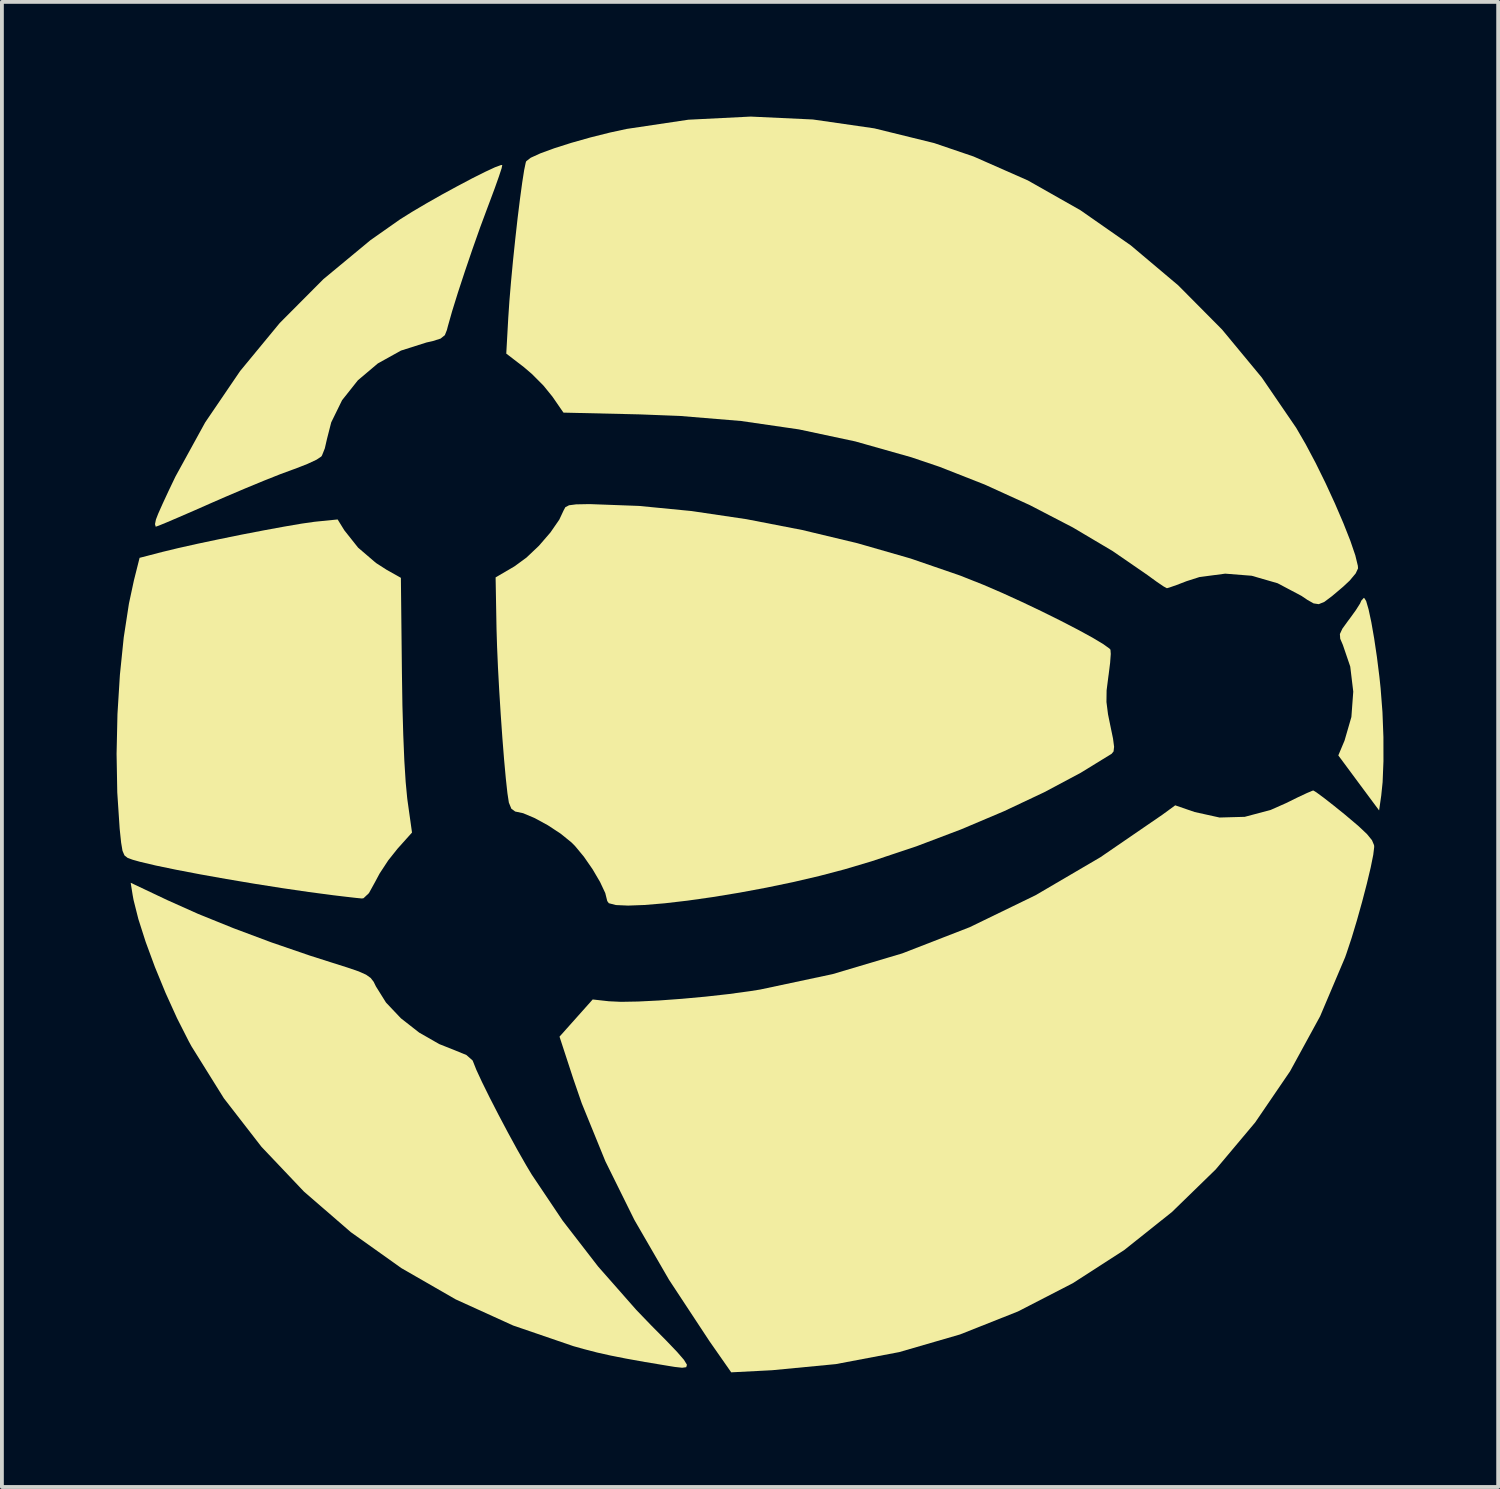
<source format=kicad_pcb>
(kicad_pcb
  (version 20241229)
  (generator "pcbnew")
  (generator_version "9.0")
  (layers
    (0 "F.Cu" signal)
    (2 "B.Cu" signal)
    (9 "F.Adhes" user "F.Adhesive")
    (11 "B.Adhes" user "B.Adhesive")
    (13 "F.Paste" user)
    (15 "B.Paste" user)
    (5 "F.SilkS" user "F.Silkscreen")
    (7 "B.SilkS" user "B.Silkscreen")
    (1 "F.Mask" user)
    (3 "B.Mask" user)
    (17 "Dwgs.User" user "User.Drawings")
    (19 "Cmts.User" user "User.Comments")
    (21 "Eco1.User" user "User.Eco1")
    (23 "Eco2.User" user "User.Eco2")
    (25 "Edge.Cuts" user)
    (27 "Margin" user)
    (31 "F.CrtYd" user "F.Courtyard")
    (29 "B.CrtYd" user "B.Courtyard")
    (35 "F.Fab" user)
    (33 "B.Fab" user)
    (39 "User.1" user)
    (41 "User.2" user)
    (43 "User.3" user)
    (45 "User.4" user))
  (footprint "logo30x30"
    (layer "F.Cu")
    (at 16.562 16.403)
    (property "Reference" "logo30x30" (at 0 0 0) (layer "F.SilkS") (effects (font (size 1.524 1.524) (thickness 0.3))))
    (attr board_only exclude_from_pos_files exclude_from_bom)
    (fp_poly (pts (xy 16.129 -3.73) (xy 16.193 -3.509) (xy 16.265 -3.173) (xy 16.339 -2.749) (xy 16.411 -2.264) (xy 16.476 -1.745) (xy 16.507 -1.452) (xy 16.556 -0.821) (xy 16.581 -0.167) (xy 16.582 0.46) (xy 16.56 1.009) (xy 16.524 1.361) (xy 16.468 1.749) (xy 15.934 1.03) (xy 15.401 0.31) (xy 15.564 -0.078) (xy 15.743 -0.695) (xy 15.792 -1.359) (xy 15.713 -2.015) (xy 15.52 -2.581) (xy 15.451 -2.742) (xy 15.442 -2.865) (xy 15.507 -3.005) (xy 15.659 -3.215) (xy 15.695 -3.262) (xy 15.859 -3.489) (xy 15.97 -3.664) (xy 16.002 -3.738) (xy 16.066 -3.809) (xy 16.078 -3.81)) (stroke (width 0) (type solid)) (fill yes) (layer "F.SilkS"))
    (fp_poly (pts (xy -10.602 -5.577) (xy -10.244 -5.126) (xy -9.775 -4.724) (xy -9.494 -4.544) (xy -9.124 -4.336) (xy -9.097 -1.85) (xy -9.084 -1.001) (xy -9.062 -0.228) (xy -9.034 0.448) (xy -8.999 1.003) (xy -8.96 1.416) (xy -8.952 1.482) (xy -8.833 2.328) (xy -9.213 2.752) (xy -9.455 3.056) (xy -9.68 3.399) (xy -9.798 3.619) (xy -9.96 3.913) (xy -10.101 4.046) (xy -10.145 4.053) (xy -10.298 4.038) (xy -10.561 4.008) (xy -10.879 3.97) (xy -10.88 3.97) (xy -11.531 3.884) (xy -12.236 3.781) (xy -12.965 3.666) (xy -13.688 3.544) (xy -14.378 3.421) (xy -15.005 3.301) (xy -15.54 3.19) (xy -15.954 3.092) (xy -16.143 3.039) (xy -16.272 2.992) (xy -16.355 2.927) (xy -16.407 2.806) (xy -16.443 2.592) (xy -16.479 2.25) (xy -16.482 2.218) (xy -16.544 1.279) (xy -16.562 0.269) (xy -16.539 -0.77) (xy -16.475 -1.799) (xy -16.375 -2.776) (xy -16.239 -3.66) (xy -16.108 -4.271) (xy -15.96 -4.859) (xy -15.367 -5.013) (xy -14.957 -5.112) (xy -14.449 -5.226) (xy -13.881 -5.346) (xy -13.287 -5.467) (xy -12.705 -5.579) (xy -12.171 -5.677) (xy -11.721 -5.754) (xy -11.392 -5.801) (xy -11.337 -5.807) (xy -10.779 -5.863)) (stroke (width 0) (type solid)) (fill yes) (layer "F.SilkS"))
    (fp_poly (pts (xy -6.489 -15.05) (xy -6.559 -14.837) (xy -6.67 -14.524) (xy -6.812 -14.143) (xy -6.86 -14.016) (xy -7.05 -13.505) (xy -7.25 -12.939) (xy -7.448 -12.358) (xy -7.631 -11.801) (xy -7.784 -11.309) (xy -7.894 -10.921) (xy -7.92 -10.82) (xy -7.974 -10.684) (xy -8.085 -10.595) (xy -8.297 -10.528) (xy -8.454 -10.493) (xy -9.122 -10.281) (xy -9.728 -9.944) (xy -10.249 -9.504) (xy -10.663 -8.982) (xy -10.947 -8.402) (xy -11.057 -7.971) (xy -11.114 -7.723) (xy -11.188 -7.537) (xy -11.208 -7.508) (xy -11.328 -7.428) (xy -11.566 -7.317) (xy -11.876 -7.195) (xy -11.98 -7.158) (xy -12.288 -7.044) (xy -12.708 -6.877) (xy -13.197 -6.675) (xy -13.714 -6.455) (xy -14.072 -6.299) (xy -14.525 -6.099) (xy -14.924 -5.926) (xy -15.242 -5.79) (xy -15.456 -5.702) (xy -15.538 -5.673) (xy -15.557 -5.741) (xy -15.532 -5.863) (xy -15.474 -6.012) (xy -15.357 -6.275) (xy -15.199 -6.615) (xy -15.022 -6.985) (xy -14.244 -8.402) (xy -13.329 -9.747) (xy -12.293 -11.003) (xy -11.151 -12.15) (xy -9.92 -13.17) (xy -9.144 -13.715) (xy -8.834 -13.909) (xy -8.463 -14.128) (xy -8.06 -14.357) (xy -7.65 -14.58) (xy -7.263 -14.785) (xy -6.924 -14.955) (xy -6.662 -15.077) (xy -6.504 -15.135) (xy -6.472 -15.136)) (stroke (width 0) (type solid)) (fill yes) (layer "F.SilkS"))
    (fp_poly (pts (xy -15.23 4.098) (xy -14.425 4.458) (xy -13.503 4.831) (xy -12.514 5.201) (xy -11.506 5.547) (xy -10.948 5.725) (xy -10.522 5.86) (xy -10.227 5.961) (xy -10.035 6.047) (xy -9.915 6.132) (xy -9.837 6.232) (xy -9.777 6.354) (xy -9.514 6.775) (xy -9.123 7.188) (xy -8.645 7.562) (xy -8.121 7.862) (xy -7.728 8.018) (xy -7.409 8.149) (xy -7.247 8.292) (xy -7.23 8.334) (xy -7.149 8.538) (xy -7.001 8.857) (xy -6.803 9.258) (xy -6.572 9.708) (xy -6.325 10.175) (xy -6.079 10.625) (xy -5.85 11.027) (xy -5.699 11.279) (xy -4.891 12.483) (xy -3.965 13.681) (xy -2.965 14.817) (xy -2.578 15.219) (xy -2.179 15.622) (xy -1.895 15.919) (xy -1.717 16.125) (xy -1.64 16.252) (xy -1.659 16.316) (xy -1.766 16.33) (xy -1.956 16.309) (xy -2.117 16.283) (xy -2.741 16.179) (xy -3.236 16.09) (xy -3.64 16.01) (xy -3.993 15.931) (xy -4.332 15.843) (xy -4.614 15.764) (xy -6.187 15.225) (xy -7.689 14.542) (xy -9.109 13.725) (xy -10.436 12.781) (xy -11.661 11.72) (xy -12.771 10.55) (xy -13.755 9.28) (xy -14.604 7.918) (xy -14.674 7.789) (xy -14.981 7.184) (xy -15.281 6.523) (xy -15.559 5.846) (xy -15.801 5.189) (xy -15.992 4.592) (xy -16.118 4.092) (xy -16.141 3.966) (xy -16.193 3.642)) (stroke (width 0) (type solid)) (fill yes) (layer "F.SilkS"))
    (fp_poly (pts (xy 14.831 1.279) (xy 15.017 1.416) (xy 15.278 1.62) (xy 15.572 1.857) (xy 15.92 2.151) (xy 16.15 2.367) (xy 16.282 2.529) (xy 16.336 2.658) (xy 16.34 2.704) (xy 16.315 2.911) (xy 16.248 3.243) (xy 16.148 3.663) (xy 16.025 4.135) (xy 15.889 4.621) (xy 15.749 5.086) (xy 15.614 5.492) (xy 15.578 5.594) (xy 14.925 7.134) (xy 14.138 8.575) (xy 13.225 9.913) (xy 12.193 11.142) (xy 11.049 12.255) (xy 9.801 13.25) (xy 8.455 14.118) (xy 7.021 14.857) (xy 5.504 15.459) (xy 3.912 15.921) (xy 2.253 16.235) (xy 0.584 16.395) (xy -0.482 16.45) (xy -1.049 15.638) (xy -2.108 14.03) (xy -3.014 12.465) (xy -3.774 10.929) (xy -4.393 9.41) (xy -4.615 8.766) (xy -4.974 7.668) (xy -4.106 6.695) (xy -3.683 6.742) (xy -3.366 6.757) (xy -2.919 6.749) (xy -2.376 6.722) (xy -1.775 6.678) (xy -1.152 6.621) (xy -0.544 6.553) (xy 0.014 6.477) (xy 0.277 6.435) (xy 2.17 6.032) (xy 3.992 5.49) (xy 5.758 4.804) (xy 7.482 3.967) (xy 9.178 2.973) (xy 10.795 1.864) (xy 11.134 1.616) (xy 11.642 1.791) (xy 12.294 1.935) (xy 12.953 1.917) (xy 13.63 1.737) (xy 14.034 1.558) (xy 14.336 1.409) (xy 14.579 1.295) (xy 14.724 1.234) (xy 14.747 1.228)) (stroke (width 0) (type solid)) (fill yes) (layer "F.SilkS"))
    (fp_poly (pts (xy 1.655 -16.327) (xy 3.262 -16.095) (xy 4.827 -15.71) (xy 5.858 -15.359) (xy 7.278 -14.733) (xy 8.654 -13.953) (xy 9.971 -13.034) (xy 11.212 -11.988) (xy 12.36 -10.831) (xy 13.399 -9.576) (xy 14.299 -8.26) (xy 14.547 -7.832) (xy 14.808 -7.34) (xy 15.068 -6.812) (xy 15.314 -6.277) (xy 15.534 -5.765) (xy 15.716 -5.304) (xy 15.846 -4.923) (xy 15.912 -4.651) (xy 15.917 -4.583) (xy 15.856 -4.452) (xy 15.699 -4.264) (xy 15.528 -4.104) (xy 15.236 -3.857) (xy 15.036 -3.707) (xy 14.889 -3.647) (xy 14.754 -3.667) (xy 14.592 -3.759) (xy 14.438 -3.863) (xy 13.813 -4.194) (xy 13.135 -4.39) (xy 12.442 -4.445) (xy 11.768 -4.356) (xy 11.43 -4.248) (xy 11.173 -4.149) (xy 10.984 -4.083) (xy 10.916 -4.064) (xy 10.829 -4.111) (xy 10.647 -4.235) (xy 10.409 -4.408) (xy 10.408 -4.409) (xy 9.497 -5.036) (xy 8.457 -5.653) (xy 7.328 -6.239) (xy 6.152 -6.775) (xy 4.969 -7.24) (xy 4.233 -7.489) (xy 2.763 -7.905) (xy 1.29 -8.219) (xy -0.224 -8.439) (xy -1.823 -8.571) (xy -2.88 -8.612) (xy -4.871 -8.658) (xy -5.16 -9.077) (xy -5.392 -9.363) (xy -5.69 -9.663) (xy -5.908 -9.85) (xy -6.367 -10.202) (xy -6.315 -11.134) (xy -6.285 -11.578) (xy -6.242 -12.09) (xy -6.19 -12.641) (xy -6.131 -13.204) (xy -6.07 -13.749) (xy -6.008 -14.249) (xy -5.95 -14.676) (xy -5.899 -15.002) (xy -5.858 -15.199) (xy -5.844 -15.236) (xy -5.727 -15.326) (xy -5.472 -15.442) (xy -5.109 -15.575) (xy -4.665 -15.716) (xy -4.17 -15.856) (xy -3.651 -15.986) (xy -3.217 -16.08) (xy -1.604 -16.321) (xy 0.027 -16.403)) (stroke (width 0) (type solid)) (fill yes) (layer "F.SilkS"))
    (fp_poly (pts (xy -2.893 -6.217) (xy -1.519 -6.083) (xy -0.083 -5.87) (xy 1.376 -5.587) (xy 2.821 -5.241) (xy 4.212 -4.841) (xy 5.51 -4.394) (xy 6.114 -4.154) (xy 6.601 -3.944) (xy 7.116 -3.709) (xy 7.635 -3.462) (xy 8.133 -3.215) (xy 8.585 -2.981) (xy 8.966 -2.773) (xy 9.25 -2.603) (xy 9.414 -2.485) (xy 9.44 -2.456) (xy 9.448 -2.344) (xy 9.431 -2.112) (xy 9.393 -1.808) (xy 9.386 -1.761) (xy 9.339 -1.392) (xy 9.335 -1.088) (xy 9.376 -0.765) (xy 9.436 -0.472) (xy 9.507 -0.13) (xy 9.535 0.084) (xy 9.521 0.206) (xy 9.47 0.268) (xy 8.658 0.767) (xy 7.71 1.272) (xy 6.657 1.769) (xy 5.53 2.246) (xy 4.361 2.689) (xy 3.181 3.083) (xy 2.478 3.292) (xy 1.831 3.462) (xy 1.144 3.623) (xy 0.436 3.77) (xy -0.273 3.902) (xy -0.966 4.016) (xy -1.622 4.109) (xy -2.222 4.179) (xy -2.747 4.223) (xy -3.179 4.239) (xy -3.497 4.225) (xy -3.684 4.177) (xy -3.725 4.12) (xy -3.777 3.911) (xy -3.914 3.62) (xy -4.109 3.288) (xy -4.337 2.959) (xy -4.57 2.678) (xy -4.661 2.587) (xy -4.942 2.359) (xy -5.278 2.138) (xy -5.621 1.951) (xy -5.926 1.822) (xy -6.134 1.778) (xy -6.234 1.705) (xy -6.299 1.545) (xy -6.337 1.297) (xy -6.379 0.911) (xy -6.424 0.419) (xy -6.469 -0.149) (xy -6.512 -0.76) (xy -6.551 -1.384) (xy -6.584 -1.989) (xy -6.608 -2.545) (xy -6.622 -2.999) (xy -6.646 -4.347) (xy -6.154 -4.635) (xy -5.839 -4.865) (xy -5.512 -5.175) (xy -5.212 -5.522) (xy -4.98 -5.858) (xy -4.867 -6.099) (xy -4.821 -6.184) (xy -4.725 -6.234) (xy -4.54 -6.258) (xy -4.23 -6.264) (xy -4.164 -6.264)) (stroke (width 0) (type solid)) (fill yes) (layer "F.SilkS")))
  (gr_rect
    (start -3 -3)
    (end 36.145 35.853)
    (stroke (width 0.1) (type default))
    (fill no)
    (layer "Edge.Cuts")))
</source>
